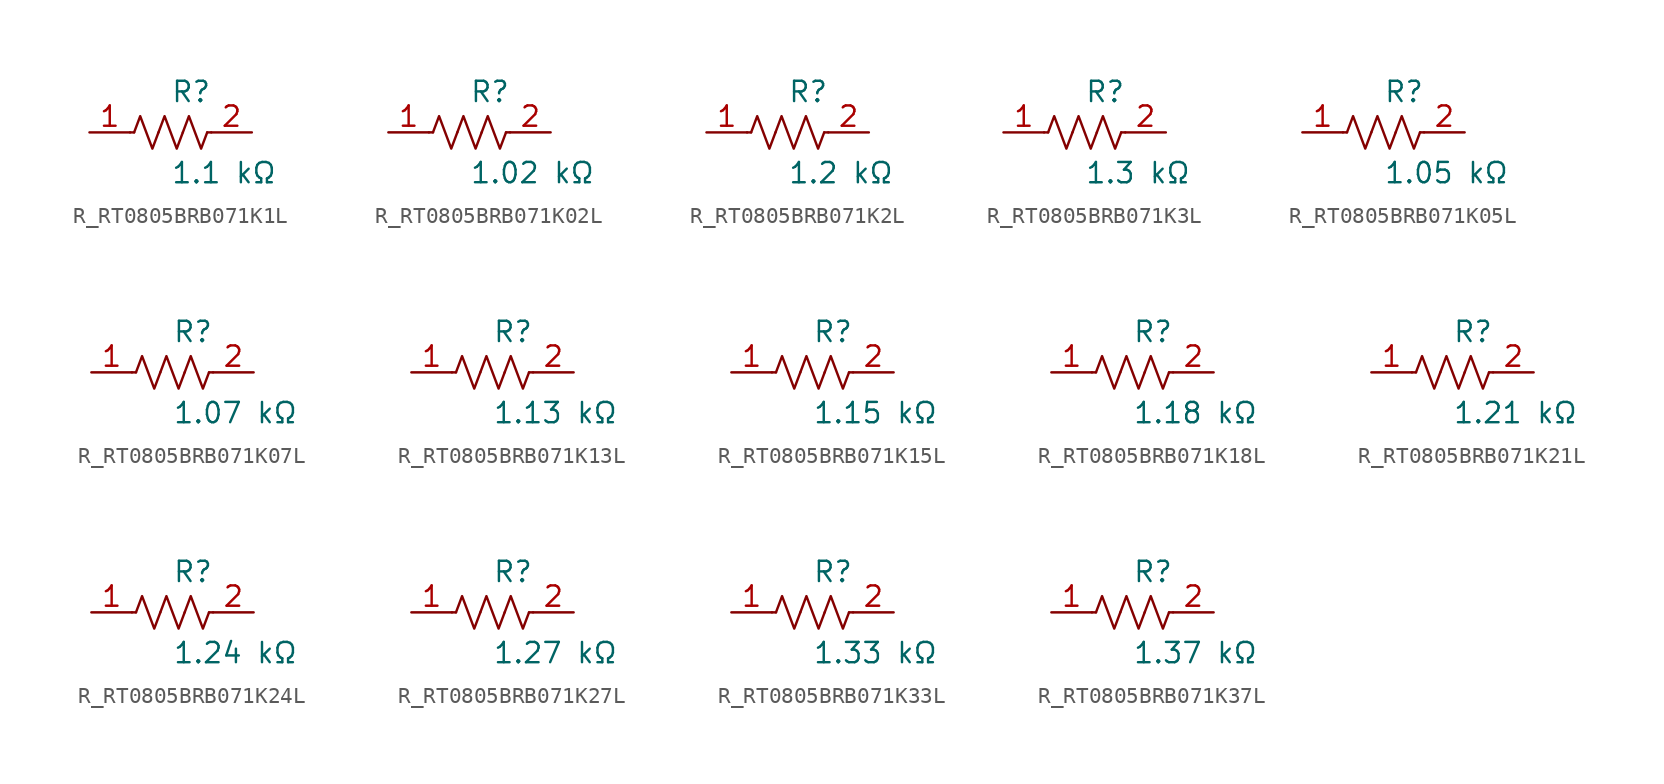
<source format=kicad_sym>
(kicad_symbol_lib
  (version 20231120)
  (generator kicad_symbol_editor)
  (generator_version 8.0)
  (symbol "R_RT0805BRB071K1L"
    (pin_names
      (offset 0.254))
    (property "Reference" "R"
      (at 0 2.54 0)
      (effects (font (size 1.27 1.27)) (justify left)))
    (property "Value" "1.1 kΩ"
      (at 0 -2.54 0)
      (effects (font (size 1.27 1.27)) (justify left)))
    (symbol "R_RT0805BRB071K1L_0_1"
      (polyline (pts (xy 2.286 0) (xy 2.54 0)) (stroke (width 0) (type default)) (fill (type none)))
      (polyline (pts (xy -2.286 0) (xy -2.54 0)) (stroke (width 0) (type default)) (fill (type none)))
      (polyline (pts (xy 0.762 0) (xy 1.143 1.016) (xy 1.524 0) (xy 1.905 -1.016) (xy 2.286 0)) (stroke (width 0) (type default)) (fill (type none)))
      (polyline (pts (xy -0.762 0) (xy -0.381 1.016) (xy 0 0) (xy 0.381 -1.016) (xy 0.762 0)) (stroke (width 0) (type default)) (fill (type none)))
      (polyline (pts (xy -2.286 0) (xy -1.905 1.016) (xy -1.524 0) (xy -1.143 -1.016) (xy -0.762 0)) (stroke (width 0) (type default)) (fill (type none))))
    (pin unspecified line
      (at -5.08 0 0)
      (length 2.54)
      (name "" (effects (font (size 1.27 1.27))))
      (number "1" (effects (font (size 1.27 1.27)))))
    (pin unspecified line
      (at 5.08 0 180)
      (length 2.54)
      (name "" (effects (font (size 1.27 1.27))))
      (number "2" (effects (font (size 1.27 1.27))))))
  (symbol "R_RT0805BRB071K02L"
    (pin_names
      (offset 0.254))
    (property "Reference" "R"
      (at 0 2.54 0)
      (effects (font (size 1.27 1.27)) (justify left)))
    (property "Value" "1.02 kΩ"
      (at 0 -2.54 0)
      (effects (font (size 1.27 1.27)) (justify left)))
    (symbol "R_RT0805BRB071K02L_0_1"
      (polyline (pts (xy 2.286 0) (xy 2.54 0)) (stroke (width 0) (type default)) (fill (type none)))
      (polyline (pts (xy -2.286 0) (xy -2.54 0)) (stroke (width 0) (type default)) (fill (type none)))
      (polyline (pts (xy 0.762 0) (xy 1.143 1.016) (xy 1.524 0) (xy 1.905 -1.016) (xy 2.286 0)) (stroke (width 0) (type default)) (fill (type none)))
      (polyline (pts (xy -0.762 0) (xy -0.381 1.016) (xy 0 0) (xy 0.381 -1.016) (xy 0.762 0)) (stroke (width 0) (type default)) (fill (type none)))
      (polyline (pts (xy -2.286 0) (xy -1.905 1.016) (xy -1.524 0) (xy -1.143 -1.016) (xy -0.762 0)) (stroke (width 0) (type default)) (fill (type none))))
    (pin unspecified line
      (at -5.08 0 0)
      (length 2.54)
      (name "" (effects (font (size 1.27 1.27))))
      (number "1" (effects (font (size 1.27 1.27)))))
    (pin unspecified line
      (at 5.08 0 180)
      (length 2.54)
      (name "" (effects (font (size 1.27 1.27))))
      (number "2" (effects (font (size 1.27 1.27))))))
  (symbol "R_RT0805BRB071K2L"
    (pin_names
      (offset 0.254))
    (property "Reference" "R"
      (at 0 2.54 0)
      (effects (font (size 1.27 1.27)) (justify left)))
    (property "Value" "1.2 kΩ"
      (at 0 -2.54 0)
      (effects (font (size 1.27 1.27)) (justify left)))
    (symbol "R_RT0805BRB071K2L_0_1"
      (polyline (pts (xy 2.286 0) (xy 2.54 0)) (stroke (width 0) (type default)) (fill (type none)))
      (polyline (pts (xy -2.286 0) (xy -2.54 0)) (stroke (width 0) (type default)) (fill (type none)))
      (polyline (pts (xy 0.762 0) (xy 1.143 1.016) (xy 1.524 0) (xy 1.905 -1.016) (xy 2.286 0)) (stroke (width 0) (type default)) (fill (type none)))
      (polyline (pts (xy -0.762 0) (xy -0.381 1.016) (xy 0 0) (xy 0.381 -1.016) (xy 0.762 0)) (stroke (width 0) (type default)) (fill (type none)))
      (polyline (pts (xy -2.286 0) (xy -1.905 1.016) (xy -1.524 0) (xy -1.143 -1.016) (xy -0.762 0)) (stroke (width 0) (type default)) (fill (type none))))
    (pin unspecified line
      (at -5.08 0 0)
      (length 2.54)
      (name "" (effects (font (size 1.27 1.27))))
      (number "1" (effects (font (size 1.27 1.27)))))
    (pin unspecified line
      (at 5.08 0 180)
      (length 2.54)
      (name "" (effects (font (size 1.27 1.27))))
      (number "2" (effects (font (size 1.27 1.27))))))
  (symbol "R_RT0805BRB071K3L"
    (pin_names
      (offset 0.254))
    (property "Reference" "R"
      (at 0 2.54 0)
      (effects (font (size 1.27 1.27)) (justify left)))
    (property "Value" "1.3 kΩ"
      (at 0 -2.54 0)
      (effects (font (size 1.27 1.27)) (justify left)))
    (symbol "R_RT0805BRB071K3L_0_1"
      (polyline (pts (xy 2.286 0) (xy 2.54 0)) (stroke (width 0) (type default)) (fill (type none)))
      (polyline (pts (xy -2.286 0) (xy -2.54 0)) (stroke (width 0) (type default)) (fill (type none)))
      (polyline (pts (xy 0.762 0) (xy 1.143 1.016) (xy 1.524 0) (xy 1.905 -1.016) (xy 2.286 0)) (stroke (width 0) (type default)) (fill (type none)))
      (polyline (pts (xy -0.762 0) (xy -0.381 1.016) (xy 0 0) (xy 0.381 -1.016) (xy 0.762 0)) (stroke (width 0) (type default)) (fill (type none)))
      (polyline (pts (xy -2.286 0) (xy -1.905 1.016) (xy -1.524 0) (xy -1.143 -1.016) (xy -0.762 0)) (stroke (width 0) (type default)) (fill (type none))))
    (pin unspecified line
      (at -5.08 0 0)
      (length 2.54)
      (name "" (effects (font (size 1.27 1.27))))
      (number "1" (effects (font (size 1.27 1.27)))))
    (pin unspecified line
      (at 5.08 0 180)
      (length 2.54)
      (name "" (effects (font (size 1.27 1.27))))
      (number "2" (effects (font (size 1.27 1.27))))))
  (symbol "R_RT0805BRB071K05L"
    (pin_names
      (offset 0.254))
    (property "Reference" "R"
      (at 0 2.54 0)
      (effects (font (size 1.27 1.27)) (justify left)))
    (property "Value" "1.05 kΩ"
      (at 0 -2.54 0)
      (effects (font (size 1.27 1.27)) (justify left)))
    (symbol "R_RT0805BRB071K05L_0_1"
      (polyline (pts (xy 2.286 0) (xy 2.54 0)) (stroke (width 0) (type default)) (fill (type none)))
      (polyline (pts (xy -2.286 0) (xy -2.54 0)) (stroke (width 0) (type default)) (fill (type none)))
      (polyline (pts (xy 0.762 0) (xy 1.143 1.016) (xy 1.524 0) (xy 1.905 -1.016) (xy 2.286 0)) (stroke (width 0) (type default)) (fill (type none)))
      (polyline (pts (xy -0.762 0) (xy -0.381 1.016) (xy 0 0) (xy 0.381 -1.016) (xy 0.762 0)) (stroke (width 0) (type default)) (fill (type none)))
      (polyline (pts (xy -2.286 0) (xy -1.905 1.016) (xy -1.524 0) (xy -1.143 -1.016) (xy -0.762 0)) (stroke (width 0) (type default)) (fill (type none))))
    (pin unspecified line
      (at -5.08 0 0)
      (length 2.54)
      (name "" (effects (font (size 1.27 1.27))))
      (number "1" (effects (font (size 1.27 1.27)))))
    (pin unspecified line
      (at 5.08 0 180)
      (length 2.54)
      (name "" (effects (font (size 1.27 1.27))))
      (number "2" (effects (font (size 1.27 1.27))))))
  (symbol "R_RT0805BRB071K07L"
    (pin_names
      (offset 0.254))
    (property "Reference" "R"
      (at 0 2.54 0)
      (effects (font (size 1.27 1.27)) (justify left)))
    (property "Value" "1.07 kΩ"
      (at 0 -2.54 0)
      (effects (font (size 1.27 1.27)) (justify left)))
    (symbol "R_RT0805BRB071K07L_0_1"
      (polyline (pts (xy 2.286 0) (xy 2.54 0)) (stroke (width 0) (type default)) (fill (type none)))
      (polyline (pts (xy -2.286 0) (xy -2.54 0)) (stroke (width 0) (type default)) (fill (type none)))
      (polyline (pts (xy 0.762 0) (xy 1.143 1.016) (xy 1.524 0) (xy 1.905 -1.016) (xy 2.286 0)) (stroke (width 0) (type default)) (fill (type none)))
      (polyline (pts (xy -0.762 0) (xy -0.381 1.016) (xy 0 0) (xy 0.381 -1.016) (xy 0.762 0)) (stroke (width 0) (type default)) (fill (type none)))
      (polyline (pts (xy -2.286 0) (xy -1.905 1.016) (xy -1.524 0) (xy -1.143 -1.016) (xy -0.762 0)) (stroke (width 0) (type default)) (fill (type none))))
    (pin unspecified line
      (at -5.08 0 0)
      (length 2.54)
      (name "" (effects (font (size 1.27 1.27))))
      (number "1" (effects (font (size 1.27 1.27)))))
    (pin unspecified line
      (at 5.08 0 180)
      (length 2.54)
      (name "" (effects (font (size 1.27 1.27))))
      (number "2" (effects (font (size 1.27 1.27))))))
  (symbol "R_RT0805BRB071K13L"
    (pin_names
      (offset 0.254))
    (property "Reference" "R"
      (at 0 2.54 0)
      (effects (font (size 1.27 1.27)) (justify left)))
    (property "Value" "1.13 kΩ"
      (at 0 -2.54 0)
      (effects (font (size 1.27 1.27)) (justify left)))
    (symbol "R_RT0805BRB071K13L_0_1"
      (polyline (pts (xy 2.286 0) (xy 2.54 0)) (stroke (width 0) (type default)) (fill (type none)))
      (polyline (pts (xy -2.286 0) (xy -2.54 0)) (stroke (width 0) (type default)) (fill (type none)))
      (polyline (pts (xy 0.762 0) (xy 1.143 1.016) (xy 1.524 0) (xy 1.905 -1.016) (xy 2.286 0)) (stroke (width 0) (type default)) (fill (type none)))
      (polyline (pts (xy -0.762 0) (xy -0.381 1.016) (xy 0 0) (xy 0.381 -1.016) (xy 0.762 0)) (stroke (width 0) (type default)) (fill (type none)))
      (polyline (pts (xy -2.286 0) (xy -1.905 1.016) (xy -1.524 0) (xy -1.143 -1.016) (xy -0.762 0)) (stroke (width 0) (type default)) (fill (type none))))
    (pin unspecified line
      (at -5.08 0 0)
      (length 2.54)
      (name "" (effects (font (size 1.27 1.27))))
      (number "1" (effects (font (size 1.27 1.27)))))
    (pin unspecified line
      (at 5.08 0 180)
      (length 2.54)
      (name "" (effects (font (size 1.27 1.27))))
      (number "2" (effects (font (size 1.27 1.27))))))
  (symbol "R_RT0805BRB071K15L"
    (pin_names
      (offset 0.254))
    (property "Reference" "R"
      (at 0 2.54 0)
      (effects (font (size 1.27 1.27)) (justify left)))
    (property "Value" "1.15 kΩ"
      (at 0 -2.54 0)
      (effects (font (size 1.27 1.27)) (justify left)))
    (symbol "R_RT0805BRB071K15L_0_1"
      (polyline (pts (xy 2.286 0) (xy 2.54 0)) (stroke (width 0) (type default)) (fill (type none)))
      (polyline (pts (xy -2.286 0) (xy -2.54 0)) (stroke (width 0) (type default)) (fill (type none)))
      (polyline (pts (xy 0.762 0) (xy 1.143 1.016) (xy 1.524 0) (xy 1.905 -1.016) (xy 2.286 0)) (stroke (width 0) (type default)) (fill (type none)))
      (polyline (pts (xy -0.762 0) (xy -0.381 1.016) (xy 0 0) (xy 0.381 -1.016) (xy 0.762 0)) (stroke (width 0) (type default)) (fill (type none)))
      (polyline (pts (xy -2.286 0) (xy -1.905 1.016) (xy -1.524 0) (xy -1.143 -1.016) (xy -0.762 0)) (stroke (width 0) (type default)) (fill (type none))))
    (pin unspecified line
      (at -5.08 0 0)
      (length 2.54)
      (name "" (effects (font (size 1.27 1.27))))
      (number "1" (effects (font (size 1.27 1.27)))))
    (pin unspecified line
      (at 5.08 0 180)
      (length 2.54)
      (name "" (effects (font (size 1.27 1.27))))
      (number "2" (effects (font (size 1.27 1.27))))))
  (symbol "R_RT0805BRB071K18L"
    (pin_names
      (offset 0.254))
    (property "Reference" "R"
      (at 0 2.54 0)
      (effects (font (size 1.27 1.27)) (justify left)))
    (property "Value" "1.18 kΩ"
      (at 0 -2.54 0)
      (effects (font (size 1.27 1.27)) (justify left)))
    (symbol "R_RT0805BRB071K18L_0_1"
      (polyline (pts (xy 2.286 0) (xy 2.54 0)) (stroke (width 0) (type default)) (fill (type none)))
      (polyline (pts (xy -2.286 0) (xy -2.54 0)) (stroke (width 0) (type default)) (fill (type none)))
      (polyline (pts (xy 0.762 0) (xy 1.143 1.016) (xy 1.524 0) (xy 1.905 -1.016) (xy 2.286 0)) (stroke (width 0) (type default)) (fill (type none)))
      (polyline (pts (xy -0.762 0) (xy -0.381 1.016) (xy 0 0) (xy 0.381 -1.016) (xy 0.762 0)) (stroke (width 0) (type default)) (fill (type none)))
      (polyline (pts (xy -2.286 0) (xy -1.905 1.016) (xy -1.524 0) (xy -1.143 -1.016) (xy -0.762 0)) (stroke (width 0) (type default)) (fill (type none))))
    (pin unspecified line
      (at -5.08 0 0)
      (length 2.54)
      (name "" (effects (font (size 1.27 1.27))))
      (number "1" (effects (font (size 1.27 1.27)))))
    (pin unspecified line
      (at 5.08 0 180)
      (length 2.54)
      (name "" (effects (font (size 1.27 1.27))))
      (number "2" (effects (font (size 1.27 1.27))))))
  (symbol "R_RT0805BRB071K21L"
    (pin_names
      (offset 0.254))
    (property "Reference" "R"
      (at 0 2.54 0)
      (effects (font (size 1.27 1.27)) (justify left)))
    (property "Value" "1.21 kΩ"
      (at 0 -2.54 0)
      (effects (font (size 1.27 1.27)) (justify left)))
    (symbol "R_RT0805BRB071K21L_0_1"
      (polyline (pts (xy 2.286 0) (xy 2.54 0)) (stroke (width 0) (type default)) (fill (type none)))
      (polyline (pts (xy -2.286 0) (xy -2.54 0)) (stroke (width 0) (type default)) (fill (type none)))
      (polyline (pts (xy 0.762 0) (xy 1.143 1.016) (xy 1.524 0) (xy 1.905 -1.016) (xy 2.286 0)) (stroke (width 0) (type default)) (fill (type none)))
      (polyline (pts (xy -0.762 0) (xy -0.381 1.016) (xy 0 0) (xy 0.381 -1.016) (xy 0.762 0)) (stroke (width 0) (type default)) (fill (type none)))
      (polyline (pts (xy -2.286 0) (xy -1.905 1.016) (xy -1.524 0) (xy -1.143 -1.016) (xy -0.762 0)) (stroke (width 0) (type default)) (fill (type none))))
    (pin unspecified line
      (at -5.08 0 0)
      (length 2.54)
      (name "" (effects (font (size 1.27 1.27))))
      (number "1" (effects (font (size 1.27 1.27)))))
    (pin unspecified line
      (at 5.08 0 180)
      (length 2.54)
      (name "" (effects (font (size 1.27 1.27))))
      (number "2" (effects (font (size 1.27 1.27))))))
  (symbol "R_RT0805BRB071K24L"
    (pin_names
      (offset 0.254))
    (property "Reference" "R"
      (at 0 2.54 0)
      (effects (font (size 1.27 1.27)) (justify left)))
    (property "Value" "1.24 kΩ"
      (at 0 -2.54 0)
      (effects (font (size 1.27 1.27)) (justify left)))
    (symbol "R_RT0805BRB071K24L_0_1"
      (polyline (pts (xy 2.286 0) (xy 2.54 0)) (stroke (width 0) (type default)) (fill (type none)))
      (polyline (pts (xy -2.286 0) (xy -2.54 0)) (stroke (width 0) (type default)) (fill (type none)))
      (polyline (pts (xy 0.762 0) (xy 1.143 1.016) (xy 1.524 0) (xy 1.905 -1.016) (xy 2.286 0)) (stroke (width 0) (type default)) (fill (type none)))
      (polyline (pts (xy -0.762 0) (xy -0.381 1.016) (xy 0 0) (xy 0.381 -1.016) (xy 0.762 0)) (stroke (width 0) (type default)) (fill (type none)))
      (polyline (pts (xy -2.286 0) (xy -1.905 1.016) (xy -1.524 0) (xy -1.143 -1.016) (xy -0.762 0)) (stroke (width 0) (type default)) (fill (type none))))
    (pin unspecified line
      (at -5.08 0 0)
      (length 2.54)
      (name "" (effects (font (size 1.27 1.27))))
      (number "1" (effects (font (size 1.27 1.27)))))
    (pin unspecified line
      (at 5.08 0 180)
      (length 2.54)
      (name "" (effects (font (size 1.27 1.27))))
      (number "2" (effects (font (size 1.27 1.27))))))
  (symbol "R_RT0805BRB071K27L"
    (pin_names
      (offset 0.254))
    (property "Reference" "R"
      (at 0 2.54 0)
      (effects (font (size 1.27 1.27)) (justify left)))
    (property "Value" "1.27 kΩ"
      (at 0 -2.54 0)
      (effects (font (size 1.27 1.27)) (justify left)))
    (symbol "R_RT0805BRB071K27L_0_1"
      (polyline (pts (xy 2.286 0) (xy 2.54 0)) (stroke (width 0) (type default)) (fill (type none)))
      (polyline (pts (xy -2.286 0) (xy -2.54 0)) (stroke (width 0) (type default)) (fill (type none)))
      (polyline (pts (xy 0.762 0) (xy 1.143 1.016) (xy 1.524 0) (xy 1.905 -1.016) (xy 2.286 0)) (stroke (width 0) (type default)) (fill (type none)))
      (polyline (pts (xy -0.762 0) (xy -0.381 1.016) (xy 0 0) (xy 0.381 -1.016) (xy 0.762 0)) (stroke (width 0) (type default)) (fill (type none)))
      (polyline (pts (xy -2.286 0) (xy -1.905 1.016) (xy -1.524 0) (xy -1.143 -1.016) (xy -0.762 0)) (stroke (width 0) (type default)) (fill (type none))))
    (pin unspecified line
      (at -5.08 0 0)
      (length 2.54)
      (name "" (effects (font (size 1.27 1.27))))
      (number "1" (effects (font (size 1.27 1.27)))))
    (pin unspecified line
      (at 5.08 0 180)
      (length 2.54)
      (name "" (effects (font (size 1.27 1.27))))
      (number "2" (effects (font (size 1.27 1.27))))))
  (symbol "R_RT0805BRB071K33L"
    (pin_names
      (offset 0.254))
    (property "Reference" "R"
      (at 0 2.54 0)
      (effects (font (size 1.27 1.27)) (justify left)))
    (property "Value" "1.33 kΩ"
      (at 0 -2.54 0)
      (effects (font (size 1.27 1.27)) (justify left)))
    (symbol "R_RT0805BRB071K33L_0_1"
      (polyline (pts (xy 2.286 0) (xy 2.54 0)) (stroke (width 0) (type default)) (fill (type none)))
      (polyline (pts (xy -2.286 0) (xy -2.54 0)) (stroke (width 0) (type default)) (fill (type none)))
      (polyline (pts (xy 0.762 0) (xy 1.143 1.016) (xy 1.524 0) (xy 1.905 -1.016) (xy 2.286 0)) (stroke (width 0) (type default)) (fill (type none)))
      (polyline (pts (xy -0.762 0) (xy -0.381 1.016) (xy 0 0) (xy 0.381 -1.016) (xy 0.762 0)) (stroke (width 0) (type default)) (fill (type none)))
      (polyline (pts (xy -2.286 0) (xy -1.905 1.016) (xy -1.524 0) (xy -1.143 -1.016) (xy -0.762 0)) (stroke (width 0) (type default)) (fill (type none))))
    (pin unspecified line
      (at -5.08 0 0)
      (length 2.54)
      (name "" (effects (font (size 1.27 1.27))))
      (number "1" (effects (font (size 1.27 1.27)))))
    (pin unspecified line
      (at 5.08 0 180)
      (length 2.54)
      (name "" (effects (font (size 1.27 1.27))))
      (number "2" (effects (font (size 1.27 1.27))))))
  (symbol "R_RT0805BRB071K37L"
    (pin_names
      (offset 0.254))
    (property "Reference" "R"
      (at 0 2.54 0)
      (effects (font (size 1.27 1.27)) (justify left)))
    (property "Value" "1.37 kΩ"
      (at 0 -2.54 0)
      (effects (font (size 1.27 1.27)) (justify left)))
    (symbol "R_RT0805BRB071K37L_0_1"
      (polyline (pts (xy 2.286 0) (xy 2.54 0)) (stroke (width 0) (type default)) (fill (type none)))
      (polyline (pts (xy -2.286 0) (xy -2.54 0)) (stroke (width 0) (type default)) (fill (type none)))
      (polyline (pts (xy 0.762 0) (xy 1.143 1.016) (xy 1.524 0) (xy 1.905 -1.016) (xy 2.286 0)) (stroke (width 0) (type default)) (fill (type none)))
      (polyline (pts (xy -0.762 0) (xy -0.381 1.016) (xy 0 0) (xy 0.381 -1.016) (xy 0.762 0)) (stroke (width 0) (type default)) (fill (type none)))
      (polyline (pts (xy -2.286 0) (xy -1.905 1.016) (xy -1.524 0) (xy -1.143 -1.016) (xy -0.762 0)) (stroke (width 0) (type default)) (fill (type none))))
    (pin unspecified line
      (at -5.08 0 0)
      (length 2.54)
      (name "" (effects (font (size 1.27 1.27))))
      (number "1" (effects (font (size 1.27 1.27)))))
    (pin unspecified line
      (at 5.08 0 180)
      (length 2.54)
      (name "" (effects (font (size 1.27 1.27))))
      (number "2" (effects (font (size 1.27 1.27)))))))
</source>
